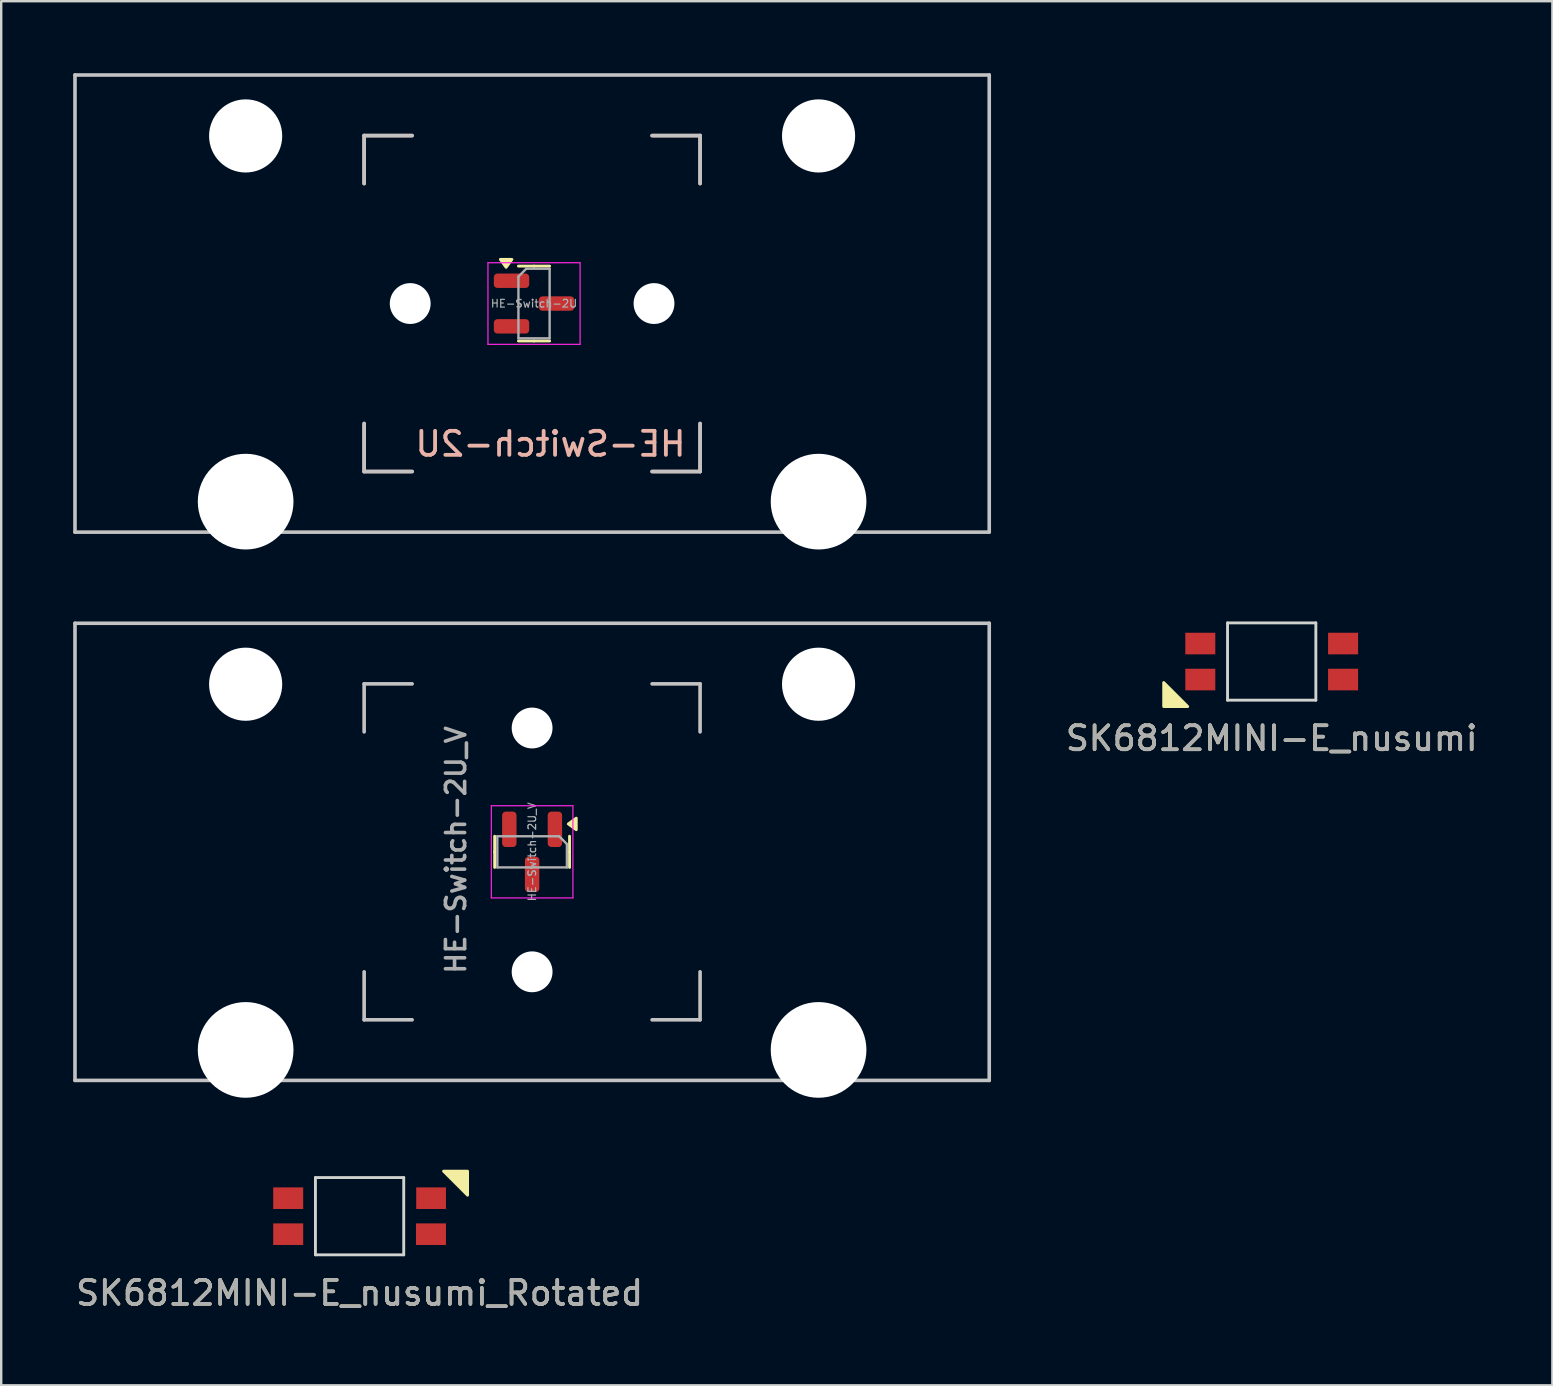
<source format=kicad_pcb>
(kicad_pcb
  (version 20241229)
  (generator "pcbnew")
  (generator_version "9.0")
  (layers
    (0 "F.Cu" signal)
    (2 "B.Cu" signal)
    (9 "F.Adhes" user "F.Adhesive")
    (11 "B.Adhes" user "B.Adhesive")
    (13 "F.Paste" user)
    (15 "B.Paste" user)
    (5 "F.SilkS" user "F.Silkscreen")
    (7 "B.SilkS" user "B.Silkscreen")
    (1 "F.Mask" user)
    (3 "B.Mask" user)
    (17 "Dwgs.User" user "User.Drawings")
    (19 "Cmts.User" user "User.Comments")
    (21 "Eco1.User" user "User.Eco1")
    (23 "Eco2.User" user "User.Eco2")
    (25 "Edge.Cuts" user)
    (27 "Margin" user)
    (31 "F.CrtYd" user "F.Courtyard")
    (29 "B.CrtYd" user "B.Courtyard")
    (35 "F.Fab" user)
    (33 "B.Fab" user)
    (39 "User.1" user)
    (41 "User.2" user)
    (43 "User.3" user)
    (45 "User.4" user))
  (footprint "HE-Switch-2U_V"
    (layer "F.Cu")
    (at 19.125 32.449)
    (property "Reference" "HE-Switch-2U_V" (at -3.175 -0.08 270) (layer "F.Fab") (effects (font (size 0.8 0.8) (thickness 0.15))))
    (attr smd)
    (fp_line (start -1.56 -0.65) (end -1.56 0) (stroke (width 0.12) (type solid)) (layer "F.SilkS"))
    (fp_line (start -1.56 0.65) (end -1.56 0) (stroke (width 0.12) (type solid)) (layer "F.SilkS"))
    (fp_line (start 1.56 -0.65) (end 1.56 0) (stroke (width 0.12) (type solid)) (layer "F.SilkS"))
    (fp_line (start 1.56 0.65) (end 1.56 0) (stroke (width 0.12) (type solid)) (layer "F.SilkS"))
    (fp_poly (pts (xy 1.51 -1.163) (xy 1.84 -1.403) (xy 1.84 -0.922) (xy 1.51 -1.163)) (stroke (width 0.12) (type solid)) (fill yes) (layer "F.SilkS"))
    (fp_line (start -19.05 -9.525) (end 19.05 -9.525) (stroke (width 0.15) (type solid)) (layer "Dwgs.User"))
    (fp_line (start -19.05 9.525) (end -19.05 -9.525) (stroke (width 0.15) (type solid)) (layer "Dwgs.User"))
    (fp_line (start -19.05 9.525) (end 19.05 9.525) (stroke (width 0.15) (type solid)) (layer "Dwgs.User"))
    (fp_line (start -7 -7) (end -7 -5) (stroke (width 0.15) (type solid)) (layer "Dwgs.User"))
    (fp_line (start -7 7) (end -7 5) (stroke (width 0.15) (type solid)) (layer "Dwgs.User"))
    (fp_line (start -5 -7) (end -7 -7) (stroke (width 0.15) (type solid)) (layer "Dwgs.User"))
    (fp_line (start -5 7) (end -7 7) (stroke (width 0.15) (type solid)) (layer "Dwgs.User"))
    (fp_line (start 5 -7) (end 7 -7) (stroke (width 0.15) (type solid)) (layer "Dwgs.User"))
    (fp_line (start 7 -7) (end 7 -5) (stroke (width 0.15) (type solid)) (layer "Dwgs.User"))
    (fp_line (start 7 5) (end 7 7) (stroke (width 0.15) (type solid)) (layer "Dwgs.User"))
    (fp_line (start 7 7) (end 5 7) (stroke (width 0.15) (type solid)) (layer "Dwgs.User"))
    (fp_line (start 19.05 9.525) (end 19.05 -9.525) (stroke (width 0.15) (type solid)) (layer "Dwgs.User"))
    (fp_line (start -1.7 -1.92) (end 1.7 -1.92) (stroke (width 0.05) (type solid)) (layer "F.CrtYd"))
    (fp_line (start -1.7 1.92) (end -1.7 -1.92) (stroke (width 0.05) (type solid)) (layer "F.CrtYd"))
    (fp_line (start 1.7 -1.92) (end 1.7 1.92) (stroke (width 0.05) (type solid)) (layer "F.CrtYd"))
    (fp_line (start 1.7 1.92) (end -1.7 1.92) (stroke (width 0.05) (type solid)) (layer "F.CrtYd"))
    (fp_line (start -1.45 -0.65) (end -1.45 0.65) (stroke (width 0.1) (type solid)) (layer "F.Fab"))
    (fp_line (start -1.45 0.65) (end 1.45 0.65) (stroke (width 0.1) (type solid)) (layer "F.Fab"))
    (fp_line (start 1.125 -0.65) (end -1.45 -0.65) (stroke (width 0.1) (type solid)) (layer "F.Fab"))
    (fp_line (start 1.45 -0.325) (end 1.125 -0.65) (stroke (width 0.1) (type solid)) (layer "F.Fab"))
    (fp_line (start 1.45 0.65) (end 1.45 -0.325) (stroke (width 0.1) (type solid)) (layer "F.Fab"))
    (fp_text user "${REFERENCE}" (at 0 0 270) (layer "F.Fab") (effects (font (size 0.32 0.32) (thickness 0.05))))
    (pad "" np_thru_hole circle (at -11.938 -6.985) (size 3.048 3.048) (drill 3.048) (layers "*.Cu" "*.Mask"))
    (pad "" np_thru_hole circle (at -11.938 8.255) (size 3.988 3.988) (drill 3.988) (layers "*.Cu" "*.Mask"))
    (pad "" np_thru_hole circle (at 0 -5.16 221.901) (size 1.702 1.702) (drill 1.702) (layers "*.Cu" "*.Mask"))
    (pad "" np_thru_hole circle (at 0 5 221.901) (size 1.702 1.702) (drill 1.702) (layers "*.Cu" "*.Mask"))
    (pad "" np_thru_hole circle (at 11.938 -6.985) (size 3.048 3.048) (drill 3.048) (layers "*.Cu" "*.Mask"))
    (pad "" np_thru_hole circle (at 11.938 8.255) (size 3.988 3.988) (drill 3.988) (layers "*.Cu" "*.Mask"))
    (pad "1" smd roundrect (at 0.95 -0.938 270) (size 1.475 0.6) (layers "F.Cu" "F.Mask" "F.Paste") (roundrect_rratio 0.25))
    (pad "2" smd roundrect (at -0.95 -0.938 270) (size 1.475 0.6) (layers "F.Cu" "F.Mask" "F.Paste") (roundrect_rratio 0.25))
    (pad "3" smd roundrect (at 0 0.938 270) (size 1.475 0.6) (layers "F.Cu" "F.Mask" "F.Paste") (roundrect_rratio 0.25)))
  (footprint "HE-Switch-2U"
    (layer "F.Cu")
    (at 19.125 9.6)
    (property "Reference" "HE-Switch-2U" (at 6.49 5.85 0) (layer "B.SilkS") (effects (font (size 1 1) (thickness 0.16)) (justify left mirror)))
    (attr smd)
    (fp_line (start -0.57 -1.56) (end 0.08 -1.56) (stroke (width 0.12) (type solid)) (layer "F.SilkS"))
    (fp_line (start -0.57 1.56) (end 0.08 1.56) (stroke (width 0.12) (type solid)) (layer "F.SilkS"))
    (fp_line (start 0.73 -1.56) (end 0.08 -1.56) (stroke (width 0.12) (type solid)) (layer "F.SilkS"))
    (fp_line (start 0.73 1.56) (end 0.08 1.56) (stroke (width 0.12) (type solid)) (layer "F.SilkS"))
    (fp_poly (pts (xy -1.083 -1.51) (xy -1.323 -1.84) (xy -0.843 -1.84) (xy -1.083 -1.51)) (stroke (width 0.12) (type solid)) (fill yes) (layer "F.SilkS"))
    (fp_line (start -7 -7) (end -7 -5) (stroke (width 0.15) (type solid)) (layer "B.SilkS"))
    (fp_line (start -7 7) (end -7 5) (stroke (width 0.15) (type solid)) (layer "B.SilkS"))
    (fp_line (start -5 -7) (end -7 -7) (stroke (width 0.15) (type solid)) (layer "B.SilkS"))
    (fp_line (start -5 7) (end -7 7) (stroke (width 0.15) (type solid)) (layer "B.SilkS"))
    (fp_line (start 5 -7) (end 7 -7) (stroke (width 0.15) (type solid)) (layer "B.SilkS"))
    (fp_line (start 7 -7) (end 7 -5) (stroke (width 0.15) (type solid)) (layer "B.SilkS"))
    (fp_line (start 7 5) (end 7 7) (stroke (width 0.15) (type solid)) (layer "B.SilkS"))
    (fp_line (start 7 7) (end 5 7) (stroke (width 0.15) (type solid)) (layer "B.SilkS"))
    (fp_line (start -19.05 -9.525) (end 19.05 -9.525) (stroke (width 0.15) (type solid)) (layer "Dwgs.User"))
    (fp_line (start -19.05 9.525) (end -19.05 -9.525) (stroke (width 0.15) (type solid)) (layer "Dwgs.User"))
    (fp_line (start -19.05 9.525) (end 19.05 9.525) (stroke (width 0.15) (type solid)) (layer "Dwgs.User"))
    (fp_line (start -7 -7) (end -7 -5) (stroke (width 0.15) (type solid)) (layer "Dwgs.User"))
    (fp_line (start -7 7) (end -7 5) (stroke (width 0.15) (type solid)) (layer "Dwgs.User"))
    (fp_line (start -5 -7) (end -7 -7) (stroke (width 0.15) (type solid)) (layer "Dwgs.User"))
    (fp_line (start -5 7) (end -7 7) (stroke (width 0.15) (type solid)) (layer "Dwgs.User"))
    (fp_line (start 5 -7) (end 7 -7) (stroke (width 0.15) (type solid)) (layer "Dwgs.User"))
    (fp_line (start 7 -7) (end 7 -5) (stroke (width 0.15) (type solid)) (layer "Dwgs.User"))
    (fp_line (start 7 5) (end 7 7) (stroke (width 0.15) (type solid)) (layer "Dwgs.User"))
    (fp_line (start 7 7) (end 5 7) (stroke (width 0.15) (type solid)) (layer "Dwgs.User"))
    (fp_line (start 19.05 9.525) (end 19.05 -9.525) (stroke (width 0.15) (type solid)) (layer "Dwgs.User"))
    (fp_line (start -1.84 -1.7) (end 2 -1.7) (stroke (width 0.05) (type solid)) (layer "F.CrtYd"))
    (fp_line (start -1.84 1.7) (end -1.84 -1.7) (stroke (width 0.05) (type solid)) (layer "F.CrtYd"))
    (fp_line (start 2 -1.7) (end 2 1.7) (stroke (width 0.05) (type solid)) (layer "F.CrtYd"))
    (fp_line (start 2 1.7) (end -1.84 1.7) (stroke (width 0.05) (type solid)) (layer "F.CrtYd"))
    (fp_line (start -0.57 -1.125) (end -0.57 1.45) (stroke (width 0.1) (type solid)) (layer "F.Fab"))
    (fp_line (start -0.57 1.45) (end 0.73 1.45) (stroke (width 0.1) (type solid)) (layer "F.Fab"))
    (fp_line (start -0.245 -1.45) (end -0.57 -1.125) (stroke (width 0.1) (type solid)) (layer "F.Fab"))
    (fp_line (start 0.73 -1.45) (end -0.245 -1.45) (stroke (width 0.1) (type solid)) (layer "F.Fab"))
    (fp_line (start 0.73 1.45) (end 0.73 -1.45) (stroke (width 0.1) (type solid)) (layer "F.Fab"))
    (fp_text user "${REFERENCE}" (at 0.08 0 0) (layer "F.Fab") (effects (font (size 0.32 0.32) (thickness 0.05))))
    (pad "" np_thru_hole circle (at -11.938 -6.985) (size 3.048 3.048) (drill 3.048) (layers "*.Cu" "*.Mask"))
    (pad "" np_thru_hole circle (at -11.938 8.255) (size 3.988 3.988) (drill 3.988) (layers "*.Cu" "*.Mask"))
    (pad "" np_thru_hole circle (at -5.08 0 311.901) (size 1.702 1.702) (drill 1.702) (layers "*.Cu" "*.Mask"))
    (pad "" np_thru_hole circle (at 5.08 0 311.901) (size 1.702 1.702) (drill 1.702) (layers "*.Cu" "*.Mask"))
    (pad "" np_thru_hole circle (at 11.938 -6.985) (size 3.048 3.048) (drill 3.048) (layers "*.Cu" "*.Mask"))
    (pad "" np_thru_hole circle (at 11.938 8.255) (size 3.988 3.988) (drill 3.988) (layers "*.Cu" "*.Mask"))
    (pad "1" smd roundrect (at -0.858 -0.95) (size 1.475 0.6) (layers "F.Cu" "F.Mask" "F.Paste") (roundrect_rratio 0.25))
    (pad "2" smd roundrect (at -0.858 0.95) (size 1.475 0.6) (layers "F.Cu" "F.Mask" "F.Paste") (roundrect_rratio 0.25))
    (pad "3" smd roundrect (at 1.018 0) (size 1.475 0.6) (layers "F.Cu" "F.Mask" "F.Paste") (roundrect_rratio 0.25)))
  (footprint "SK6812MINI-E_nusumi_Rotated"
    (layer "F.Cu")
    (at 11.935 47.633)
    (property "Reference" "SK6812MINI-E_nusumi_Rotated" (at 0 3.2 0) (layer "F.SilkS") (effects (font (size 1 1) (thickness 0.15))))
    (attr smd)
    (fp_poly (pts (xy 3.5 -1.875) (xy 4.5 -1.875) (xy 4.5 -0.875)) (stroke (width 0.12) (type solid)) (fill yes) (layer "F.SilkS"))
    (fp_line (start -1.84 1.61) (end -1.84 -1.61) (stroke (width 0.12) (type solid)) (layer "Edge.Cuts"))
    (fp_line (start 1.84 -1.61) (end -1.84 -1.61) (stroke (width 0.12) (type solid)) (layer "Edge.Cuts"))
    (fp_line (start 1.84 -1.61) (end 1.84 1.61) (stroke (width 0.12) (type solid)) (layer "Edge.Cuts"))
    (fp_line (start 1.84 1.61) (end -1.84 1.61) (stroke (width 0.12) (type solid)) (layer "Edge.Cuts"))
    (fp_text user "${REFERENCE}" (at 0 3.2 0) (unlocked yes) (layer "F.Fab") (effects (font (size 1 1) (thickness 0.15))))
    (pad "1" smd rect (at -2.975 0.75 180) (size 1.25 0.9) (layers "F.Cu" "F.Mask" "F.Paste"))
    (pad "2" smd rect (at -2.975 -0.75 180) (size 1.25 0.9) (layers "F.Cu" "F.Mask" "F.Paste"))
    (pad "3" smd rect (at 2.98 -0.75 180) (size 1.24 0.9) (layers "F.Cu" "F.Mask" "F.Paste"))
    (pad "4" smd rect (at 2.975 0.75 180) (size 1.25 0.9) (layers "F.Cu" "F.Mask" "F.Paste")))
  (footprint "SK6812MINI-E_nusumi"
    (layer "F.Cu")
    (at 49.946 24.519)
    (property "Reference" "SK6812MINI-E_nusumi" (at 0 3.2 0) (layer "F.SilkS") (effects (font (size 1 1) (thickness 0.15))))
    (attr smd)
    (fp_poly (pts (xy -3.5 1.875) (xy -4.5 1.875) (xy -4.5 0.875)) (stroke (width 0.12) (type solid)) (fill yes) (layer "F.SilkS"))
    (fp_line (start -1.84 -1.61) (end 1.84 -1.61) (stroke (width 0.12) (type solid)) (layer "Edge.Cuts"))
    (fp_line (start -1.84 1.61) (end -1.84 -1.61) (stroke (width 0.12) (type solid)) (layer "Edge.Cuts"))
    (fp_line (start -1.84 1.61) (end 1.84 1.61) (stroke (width 0.12) (type solid)) (layer "Edge.Cuts"))
    (fp_line (start 1.84 -1.61) (end 1.84 1.61) (stroke (width 0.12) (type solid)) (layer "Edge.Cuts"))
    (fp_text user "${REFERENCE}" (at 0 3.2 0) (unlocked yes) (layer "F.Fab") (effects (font (size 1 1) (thickness 0.15))))
    (pad "1" smd rect (at 2.975 -0.75) (size 1.25 0.9) (layers "F.Cu" "F.Mask" "F.Paste"))
    (pad "2" smd rect (at 2.975 0.75) (size 1.25 0.9) (layers "F.Cu" "F.Mask" "F.Paste"))
    (pad "3" smd rect (at -2.975 0.75) (size 1.25 0.9) (layers "F.Cu" "F.Mask" "F.Paste"))
    (pad "4" smd rect (at -2.975 -0.75) (size 1.25 0.9) (layers "F.Cu" "F.Mask" "F.Paste")))
  (gr_rect
    (start -3 -3)
    (end 61.643 54.681)
    (stroke (width 0.1) (type default))
    (fill no)
    (layer "Edge.Cuts")))
</source>
